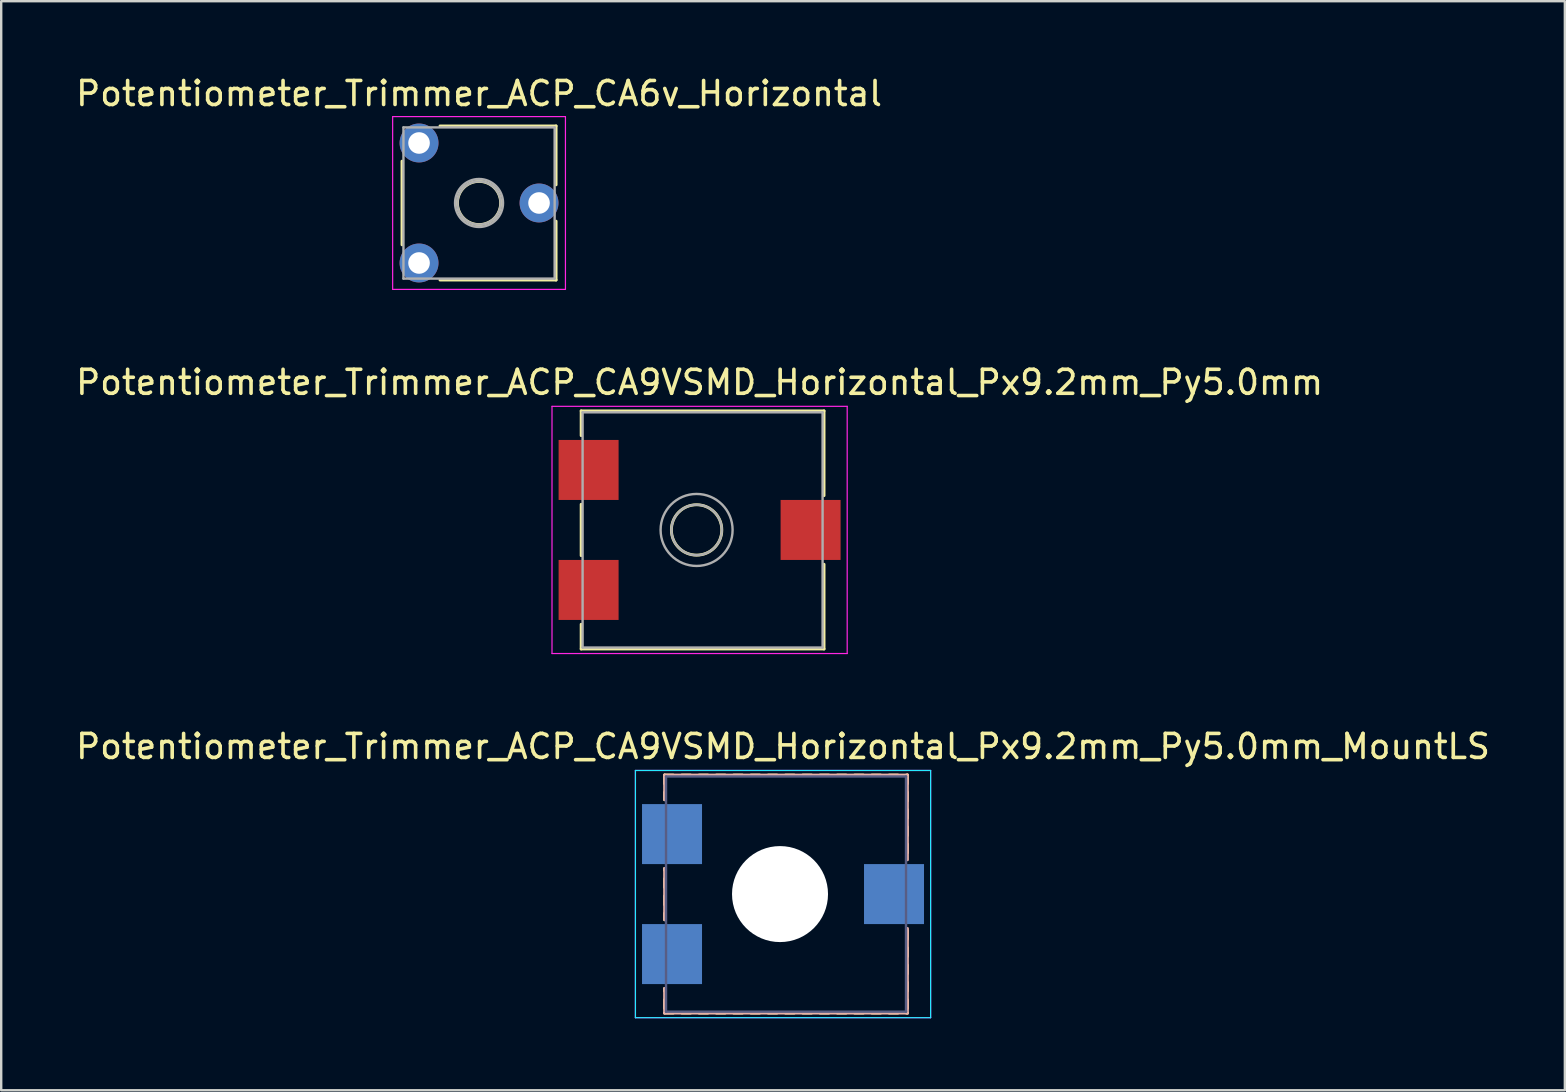
<source format=kicad_pcb>
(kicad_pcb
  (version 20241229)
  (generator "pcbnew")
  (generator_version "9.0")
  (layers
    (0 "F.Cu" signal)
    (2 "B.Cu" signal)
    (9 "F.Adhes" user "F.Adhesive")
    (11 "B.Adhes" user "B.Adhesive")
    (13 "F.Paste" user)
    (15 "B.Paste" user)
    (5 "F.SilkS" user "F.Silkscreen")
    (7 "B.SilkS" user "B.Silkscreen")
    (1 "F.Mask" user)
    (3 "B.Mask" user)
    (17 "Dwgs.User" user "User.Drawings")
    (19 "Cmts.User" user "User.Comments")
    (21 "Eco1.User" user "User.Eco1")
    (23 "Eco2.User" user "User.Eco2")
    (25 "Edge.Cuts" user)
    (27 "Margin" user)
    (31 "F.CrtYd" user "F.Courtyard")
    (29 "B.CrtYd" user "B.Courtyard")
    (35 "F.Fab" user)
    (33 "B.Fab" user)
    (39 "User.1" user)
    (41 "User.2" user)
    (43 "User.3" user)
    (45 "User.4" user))
  (footprint "Potentiometer_Trimmer_ACP_CA9VSMD_Horizontal_Px9.2mm_Py5.0mm_MountLS"
    (layer "F.Cu")
    (at 29.577 34.205)
    (property "Reference" "Potentiometer_Trimmer_ACP_CA9VSMD_Horizontal_Px9.2mm_Py5.0mm_MountLS" (at 0 -6.15 0) (layer "F.SilkS") (effects (font (size 1 1) (thickness 0.15))))
    (attr smd)
    (fp_line (start -4.935 -4.961) (end -4.935 -4.601) (stroke (width 0.12) (type solid)) (layer "F.SilkS"))
    (fp_line (start -4.935 -4.961) (end -4.575 -4.961) (stroke (width 0.12) (type solid)) (layer "F.SilkS"))
    (fp_line (start -4.935 -4.241) (end -4.935 -3.931) (stroke (width 0.12) (type solid)) (layer "F.SilkS"))
    (fp_line (start -4.935 -1.069) (end -4.935 -1) (stroke (width 0.12) (type solid)) (layer "F.SilkS"))
    (fp_line (start -4.935 -0.64) (end -4.935 -0.28) (stroke (width 0.12) (type solid)) (layer "F.SilkS"))
    (fp_line (start -4.935 0.08) (end -4.935 0.44) (stroke (width 0.12) (type solid)) (layer "F.SilkS"))
    (fp_line (start -4.935 0.8) (end -4.935 1.07) (stroke (width 0.12) (type solid)) (layer "F.SilkS"))
    (fp_line (start -4.935 3.93) (end -4.935 4.04) (stroke (width 0.12) (type solid)) (layer "F.SilkS"))
    (fp_line (start -4.935 4.4) (end -4.935 4.76) (stroke (width 0.12) (type solid)) (layer "F.SilkS"))
    (fp_line (start -4.935 4.96) (end -4.575 4.96) (stroke (width 0.12) (type solid)) (layer "F.SilkS"))
    (fp_line (start -4.215 -4.961) (end -3.855 -4.961) (stroke (width 0.12) (type solid)) (layer "F.SilkS"))
    (fp_line (start -4.215 4.96) (end -3.855 4.96) (stroke (width 0.12) (type solid)) (layer "F.SilkS"))
    (fp_line (start -3.495 -4.961) (end -3.135 -4.961) (stroke (width 0.12) (type solid)) (layer "F.SilkS"))
    (fp_line (start -3.495 4.96) (end -3.135 4.96) (stroke (width 0.12) (type solid)) (layer "F.SilkS"))
    (fp_line (start -2.775 -4.961) (end -2.415 -4.961) (stroke (width 0.12) (type solid)) (layer "F.SilkS"))
    (fp_line (start -2.775 4.96) (end -2.415 4.96) (stroke (width 0.12) (type solid)) (layer "F.SilkS"))
    (fp_line (start -2.055 -4.961) (end -1.695 -4.961) (stroke (width 0.12) (type solid)) (layer "F.SilkS"))
    (fp_line (start -2.055 4.96) (end -1.695 4.96) (stroke (width 0.12) (type solid)) (layer "F.SilkS"))
    (fp_line (start -1.335 -4.961) (end -0.975 -4.961) (stroke (width 0.12) (type solid)) (layer "F.SilkS"))
    (fp_line (start -1.335 4.96) (end -0.975 4.96) (stroke (width 0.12) (type solid)) (layer "F.SilkS"))
    (fp_line (start -0.615 -4.961) (end -0.255 -4.961) (stroke (width 0.12) (type solid)) (layer "F.SilkS"))
    (fp_line (start -0.615 4.96) (end -0.255 4.96) (stroke (width 0.12) (type solid)) (layer "F.SilkS"))
    (fp_line (start 0.105 -4.961) (end 0.465 -4.961) (stroke (width 0.12) (type solid)) (layer "F.SilkS"))
    (fp_line (start 0.105 4.96) (end 0.465 4.96) (stroke (width 0.12) (type solid)) (layer "F.SilkS"))
    (fp_line (start 0.825 -4.961) (end 1.185 -4.961) (stroke (width 0.12) (type solid)) (layer "F.SilkS"))
    (fp_line (start 0.825 4.96) (end 1.185 4.96) (stroke (width 0.12) (type solid)) (layer "F.SilkS"))
    (fp_line (start 1.545 -4.961) (end 1.905 -4.961) (stroke (width 0.12) (type solid)) (layer "F.SilkS"))
    (fp_line (start 1.545 4.96) (end 1.905 4.96) (stroke (width 0.12) (type solid)) (layer "F.SilkS"))
    (fp_line (start 2.265 -4.961) (end 2.625 -4.961) (stroke (width 0.12) (type solid)) (layer "F.SilkS"))
    (fp_line (start 2.265 4.96) (end 2.625 4.96) (stroke (width 0.12) (type solid)) (layer "F.SilkS"))
    (fp_line (start 2.985 -4.961) (end 3.345 -4.961) (stroke (width 0.12) (type solid)) (layer "F.SilkS"))
    (fp_line (start 2.985 4.96) (end 3.345 4.96) (stroke (width 0.12) (type solid)) (layer "F.SilkS"))
    (fp_line (start 3.705 -4.961) (end 4.065 -4.961) (stroke (width 0.12) (type solid)) (layer "F.SilkS"))
    (fp_line (start 3.705 4.96) (end 4.065 4.96) (stroke (width 0.12) (type solid)) (layer "F.SilkS"))
    (fp_line (start 4.425 -4.961) (end 4.785 -4.961) (stroke (width 0.12) (type solid)) (layer "F.SilkS"))
    (fp_line (start 4.425 4.96) (end 4.785 4.96) (stroke (width 0.12) (type solid)) (layer "F.SilkS"))
    (fp_line (start 5.145 -4.961) (end 5.185 -4.961) (stroke (width 0.12) (type solid)) (layer "F.SilkS"))
    (fp_line (start 5.145 4.96) (end 5.185 4.96) (stroke (width 0.12) (type solid)) (layer "F.SilkS"))
    (fp_line (start 5.185 -4.961) (end 5.185 -4.601) (stroke (width 0.12) (type solid)) (layer "F.SilkS"))
    (fp_line (start 5.185 -4.241) (end 5.185 -3.881) (stroke (width 0.12) (type solid)) (layer "F.SilkS"))
    (fp_line (start 5.185 -3.521) (end 5.185 -3.161) (stroke (width 0.12) (type solid)) (layer "F.SilkS"))
    (fp_line (start 5.185 -2.801) (end 5.185 -2.44) (stroke (width 0.12) (type solid)) (layer "F.SilkS"))
    (fp_line (start 5.185 -2.08) (end 5.185 -1.72) (stroke (width 0.12) (type solid)) (layer "F.SilkS"))
    (fp_line (start 5.185 1.52) (end 5.185 1.88) (stroke (width 0.12) (type solid)) (layer "F.SilkS"))
    (fp_line (start 5.185 2.24) (end 5.185 2.6) (stroke (width 0.12) (type solid)) (layer "F.SilkS"))
    (fp_line (start 5.185 2.96) (end 5.185 3.32) (stroke (width 0.12) (type solid)) (layer "F.SilkS"))
    (fp_line (start 5.185 3.68) (end 5.185 4.04) (stroke (width 0.12) (type solid)) (layer "F.SilkS"))
    (fp_line (start 5.185 4.4) (end 5.185 4.76) (stroke (width 0.12) (type solid)) (layer "F.SilkS"))
    (fp_line (start -4.935 -4.961) (end -4.935 -3.931) (stroke (width 0.12) (type solid)) (layer "B.SilkS"))
    (fp_line (start -4.935 -4.961) (end 5.185 -4.961) (stroke (width 0.12) (type solid)) (layer "B.SilkS"))
    (fp_line (start -4.935 -1.069) (end -4.935 1.07) (stroke (width 0.12) (type solid)) (layer "B.SilkS"))
    (fp_line (start -4.935 3.93) (end -4.935 4.96) (stroke (width 0.12) (type solid)) (layer "B.SilkS"))
    (fp_line (start -4.935 4.96) (end 5.185 4.96) (stroke (width 0.12) (type solid)) (layer "B.SilkS"))
    (fp_line (start 5.185 -4.961) (end 5.185 -1.43) (stroke (width 0.12) (type solid)) (layer "B.SilkS"))
    (fp_line (start 5.185 1.43) (end 5.185 4.96) (stroke (width 0.12) (type solid)) (layer "B.SilkS"))
    (fp_line (start -6.15 -5.15) (end -6.15 5.15) (stroke (width 0.05) (type solid)) (layer "B.CrtYd"))
    (fp_line (start -6.15 5.15) (end 6.15 5.15) (stroke (width 0.05) (type solid)) (layer "B.CrtYd"))
    (fp_line (start 6.15 -5.15) (end -6.15 -5.15) (stroke (width 0.05) (type solid)) (layer "B.CrtYd"))
    (fp_line (start 6.15 5.15) (end 6.15 -5.15) (stroke (width 0.05) (type solid)) (layer "B.CrtYd"))
    (fp_line (start -6.15 -5.15) (end -6.15 5.15) (stroke (width 0.05) (type solid)) (layer "F.CrtYd"))
    (fp_line (start -6.15 5.15) (end 6.15 5.15) (stroke (width 0.05) (type solid)) (layer "F.CrtYd"))
    (fp_line (start 6.15 -5.15) (end -6.15 -5.15) (stroke (width 0.05) (type solid)) (layer "F.CrtYd"))
    (fp_line (start 6.15 5.15) (end 6.15 -5.15) (stroke (width 0.05) (type solid)) (layer "F.CrtYd"))
    (fp_line (start -4.875 -4.9) (end -4.875 4.9) (stroke (width 0.1) (type solid)) (layer "B.Fab"))
    (fp_line (start -4.875 4.9) (end 5.125 4.9) (stroke (width 0.1) (type solid)) (layer "B.Fab"))
    (fp_line (start 5.125 -4.9) (end -4.875 -4.9) (stroke (width 0.1) (type solid)) (layer "B.Fab"))
    (fp_line (start 5.125 4.9) (end 5.125 -4.9) (stroke (width 0.1) (type solid)) (layer "B.Fab"))
    (fp_circle (center -0.125 0) (end 0.925 0) (stroke (width 0.1) (type solid)) (fill no) (layer "B.Fab"))
    (fp_circle (center -0.125 0) (end 1.375 0) (stroke (width 0.1) (type solid)) (fill no) (layer "B.Fab"))
    (pad "" np_thru_hole circle (at -0.125 0) (size 4 4) (drill 4) (layers "*.Cu" "*.Mask"))
    (pad "1" smd rect (at -4.625 2.5) (size 2.5 2.5) (layers "B.Cu" "B.Mask"))
    (pad "2" smd rect (at 4.625 0) (size 2.5 2.5) (layers "B.Cu" "B.Mask"))
    (pad "3" smd rect (at -4.625 -2.5) (size 2.5 2.5) (layers "B.Cu" "B.Mask")))
  (footprint "Potentiometer_Trimmer_ACP_CA9VSMD_Horizontal_Px9.2mm_Py5.0mm"
    (layer "F.Cu")
    (at 26.101 19.032)
    (property "Reference" "Potentiometer_Trimmer_ACP_CA9VSMD_Horizontal_Px9.2mm_Py5.0mm" (at 0 -6.15 0) (layer "F.SilkS") (effects (font (size 1 1) (thickness 0.15))))
    (attr smd)
    (fp_line (start -4.935 -4.961) (end -4.935 -3.931) (stroke (width 0.12) (type solid)) (layer "F.SilkS"))
    (fp_line (start -4.935 -4.961) (end 5.185 -4.961) (stroke (width 0.12) (type solid)) (layer "F.SilkS"))
    (fp_line (start -4.935 -1.069) (end -4.935 1.07) (stroke (width 0.12) (type solid)) (layer "F.SilkS"))
    (fp_line (start -4.935 3.93) (end -4.935 4.96) (stroke (width 0.12) (type solid)) (layer "F.SilkS"))
    (fp_line (start -4.935 4.96) (end 5.185 4.96) (stroke (width 0.12) (type solid)) (layer "F.SilkS"))
    (fp_line (start 5.185 -4.961) (end 5.185 -1.43) (stroke (width 0.12) (type solid)) (layer "F.SilkS"))
    (fp_line (start 5.185 1.43) (end 5.185 4.96) (stroke (width 0.12) (type solid)) (layer "F.SilkS"))
    (fp_circle (center -0.125 0) (end 0.925 0) (stroke (width 0.12) (type solid)) (fill no) (layer "F.SilkS"))
    (fp_line (start -6.15 -5.15) (end -6.15 5.15) (stroke (width 0.05) (type solid)) (layer "F.CrtYd"))
    (fp_line (start -6.15 5.15) (end 6.15 5.15) (stroke (width 0.05) (type solid)) (layer "F.CrtYd"))
    (fp_line (start 6.15 -5.15) (end -6.15 -5.15) (stroke (width 0.05) (type solid)) (layer "F.CrtYd"))
    (fp_line (start 6.15 5.15) (end 6.15 -5.15) (stroke (width 0.05) (type solid)) (layer "F.CrtYd"))
    (fp_line (start -4.875 -4.9) (end -4.875 4.9) (stroke (width 0.1) (type solid)) (layer "F.Fab"))
    (fp_line (start -4.875 4.9) (end 5.125 4.9) (stroke (width 0.1) (type solid)) (layer "F.Fab"))
    (fp_line (start 5.125 -4.9) (end -4.875 -4.9) (stroke (width 0.1) (type solid)) (layer "F.Fab"))
    (fp_line (start 5.125 4.9) (end 5.125 -4.9) (stroke (width 0.1) (type solid)) (layer "F.Fab"))
    (fp_circle (center -0.125 0) (end 0.925 0) (stroke (width 0.1) (type solid)) (fill no) (layer "F.Fab"))
    (fp_circle (center -0.125 0) (end 1.375 0) (stroke (width 0.1) (type solid)) (fill no) (layer "F.Fab"))
    (pad "1" smd rect (at -4.625 2.5) (size 2.5 2.5) (layers "F.Cu" "F.Mask"))
    (pad "2" smd rect (at 4.625 0) (size 2.5 2.5) (layers "F.Cu" "F.Mask"))
    (pad "3" smd rect (at -4.625 -2.5) (size 2.5 2.5) (layers "F.Cu" "F.Mask")))
  (footprint "Potentiometer_Trimmer_ACP_CA6v_Horizontal"
    (layer "F.Cu")
    (at 14.411 7.908)
    (property "Reference" "Potentiometer_Trimmer_ACP_CA6v_Horizontal" (at 2.5 -7.06 0) (layer "F.SilkS") (effects (font (size 1 1) (thickness 0.15))))
    (attr through_hole)
    (fp_line (start -0.71 -4.242) (end -0.71 -0.757) (stroke (width 0.12) (type solid)) (layer "F.SilkS"))
    (fp_line (start 0.873 -5.71) (end 5.71 -5.71) (stroke (width 0.12) (type solid)) (layer "F.SilkS"))
    (fp_line (start 0.873 0.71) (end 5.71 0.71) (stroke (width 0.12) (type solid)) (layer "F.SilkS"))
    (fp_line (start 5.71 -5.71) (end 5.71 -3.257) (stroke (width 0.12) (type solid)) (layer "F.SilkS"))
    (fp_line (start 5.71 -1.742) (end 5.71 0.71) (stroke (width 0.12) (type solid)) (layer "F.SilkS"))
    (fp_circle (center 2.5 -2.5) (end 3.4 -2.5) (stroke (width 0.12) (type solid)) (fill no) (layer "F.SilkS"))
    (fp_line (start -1.1 -6.1) (end -1.1 1.1) (stroke (width 0.05) (type solid)) (layer "F.CrtYd"))
    (fp_line (start -1.1 1.1) (end 6.1 1.1) (stroke (width 0.05) (type solid)) (layer "F.CrtYd"))
    (fp_line (start 6.1 -6.1) (end -1.1 -6.1) (stroke (width 0.05) (type solid)) (layer "F.CrtYd"))
    (fp_line (start 6.1 1.1) (end 6.1 -6.1) (stroke (width 0.05) (type solid)) (layer "F.CrtYd"))
    (fp_line (start -0.65 -5.65) (end -0.65 0.65) (stroke (width 0.1) (type solid)) (layer "F.Fab"))
    (fp_line (start -0.65 0.65) (end 5.65 0.65) (stroke (width 0.1) (type solid)) (layer "F.Fab"))
    (fp_line (start 5.65 -5.65) (end -0.65 -5.65) (stroke (width 0.1) (type solid)) (layer "F.Fab"))
    (fp_line (start 5.65 0.65) (end 5.65 -5.65) (stroke (width 0.1) (type solid)) (layer "F.Fab"))
    (fp_circle (center 2.5 -2.5) (end 3.4 -2.5) (stroke (width 0.1) (type solid)) (fill no) (layer "F.Fab"))
    (fp_circle (center 2.5 -2.5) (end 3.5 -2.5) (stroke (width 0.1) (type solid)) (fill no) (layer "F.Fab"))
    (pad "1" thru_hole circle (at 0 0) (size 1.62 1.62) (drill 0.9) (layers "*.Cu" "*.Mask"))
    (pad "2" thru_hole circle (at 5 -2.5) (size 1.62 1.62) (drill 0.9) (layers "*.Cu" "*.Mask"))
    (pad "3" thru_hole circle (at 0 -5) (size 1.62 1.62) (drill 0.9) (layers "*.Cu" "*.Mask")))
  (gr_rect
    (start -3 -3)
    (end 62.155 42.38)
    (stroke (width 0.1) (type default))
    (fill no)
    (layer "Edge.Cuts")))
</source>
